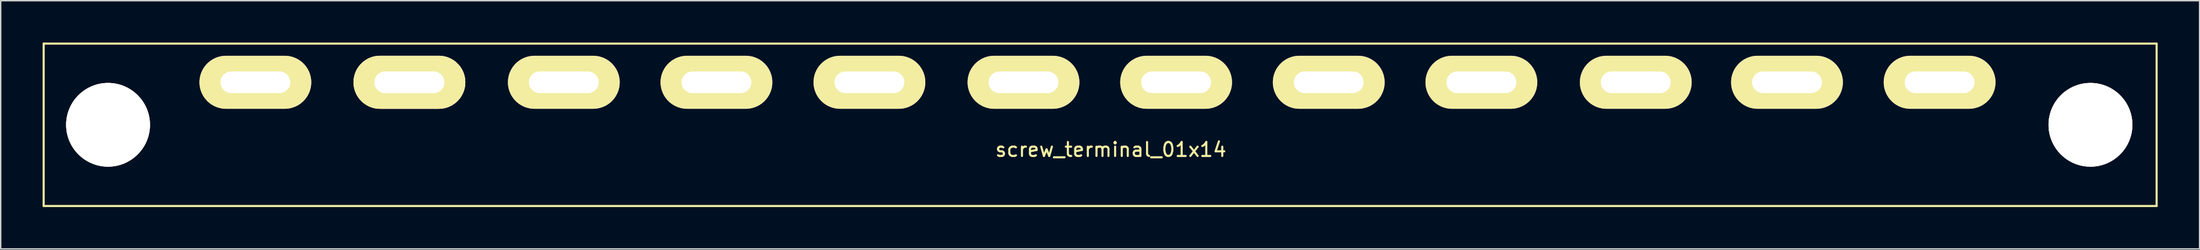
<source format=kicad_pcb>
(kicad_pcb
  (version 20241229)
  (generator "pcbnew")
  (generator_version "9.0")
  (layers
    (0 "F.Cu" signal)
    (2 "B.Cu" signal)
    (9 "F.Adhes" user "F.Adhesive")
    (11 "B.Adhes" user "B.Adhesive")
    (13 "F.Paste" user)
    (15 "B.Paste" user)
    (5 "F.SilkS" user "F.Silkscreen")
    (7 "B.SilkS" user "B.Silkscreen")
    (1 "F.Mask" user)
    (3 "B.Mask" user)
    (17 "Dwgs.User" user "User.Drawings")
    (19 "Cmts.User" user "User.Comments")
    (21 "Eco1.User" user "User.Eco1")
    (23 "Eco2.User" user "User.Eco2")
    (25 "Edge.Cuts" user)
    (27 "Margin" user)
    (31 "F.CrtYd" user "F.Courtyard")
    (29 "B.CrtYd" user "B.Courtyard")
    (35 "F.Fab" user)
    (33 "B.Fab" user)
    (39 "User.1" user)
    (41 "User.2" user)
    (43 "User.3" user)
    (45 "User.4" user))
  (footprint "screw_terminal_01x14"
    (layer "F.Cu")
    (at 75.675 5.895)
    (property "Reference" "screw_terminal_01x14" (at 0.762 1.778 0) (layer "F.SilkS") (effects (font (size 1 1) (thickness 0.15))))
    (attr through_hole)
    (fp_line (start -75.6 -5.82) (end -75.6 5.82) (stroke (width 0.15) (type solid)) (layer "F.SilkS"))
    (fp_line (start -75.6 -5.82) (end 75.6 -5.82) (stroke (width 0.15) (type solid)) (layer "F.SilkS"))
    (fp_line (start -75.6 5.82) (end 75.6 5.82) (stroke (width 0.15) (type solid)) (layer "F.SilkS"))
    (fp_line (start 75.6 -5.82) (end 75.6 5.82) (stroke (width 0.15) (type solid)) (layer "F.SilkS"))
    (pad "" thru_hole oval (at -70.993 0) (size 6 6) (drill oval 6) (layers "*.Cu" "*.Mask" "F.SilkS"))
    (pad "" thru_hole oval (at 70.866 0) (size 6 6) (drill oval 6) (layers "*.Cu" "*.Mask" "F.SilkS"))
    (pad "1" thru_hole oval (at -60.452 -3.048) (size 8 3.8) (drill oval 5 1.55) (layers "*.Cu" "*.Mask" "F.SilkS"))
    (pad "2" thru_hole oval (at -49.428 -3.048) (size 8 3.8) (drill oval 5 1.55) (layers "*.Cu" "*.Mask" "F.SilkS"))
    (pad "2" thru_hole oval (at -49.428 -3.048) (size 8 3.8) (drill oval 5 1.55) (layers "*.Cu" "*.Mask" "F.SilkS"))
    (pad "3" thru_hole oval (at -38.379 -3.048) (size 8 3.8) (drill oval 5 1.55) (layers "*.Cu" "*.Mask" "F.SilkS"))
    (pad "4" thru_hole oval (at -27.457 -3.048) (size 8 3.8) (drill oval 5 1.55) (layers "*.Cu" "*.Mask" "F.SilkS"))
    (pad "5" thru_hole oval (at -16.51 -3.048) (size 8 3.8) (drill oval 5 1.55) (layers "*.Cu" "*.Mask" "F.SilkS"))
    (pad "6" thru_hole oval (at -5.486 -3.048) (size 8 3.8) (drill oval 5 1.55) (layers "*.Cu" "*.Mask" "F.SilkS"))
    (pad "7" thru_hole oval (at 5.436 -3.048) (size 8 3.8) (drill oval 5 1.55) (layers "*.Cu" "*.Mask" "F.SilkS"))
    (pad "8" thru_hole oval (at 16.358 -3.048) (size 8 3.8) (drill oval 5 1.55) (layers "*.Cu" "*.Mask" "F.SilkS"))
    (pad "9" thru_hole oval (at 27.28 -3.048) (size 8 3.8) (drill oval 5 1.55) (layers "*.Cu" "*.Mask" "F.SilkS"))
    (pad "10" thru_hole oval (at 38.329 -3.048) (size 8 3.8) (drill oval 5 1.55) (layers "*.Cu" "*.Mask" "F.SilkS"))
    (pad "11" thru_hole oval (at 49.149 -3.048) (size 8 3.8) (drill oval 5 1.55) (layers "*.Cu" "*.Mask" "F.SilkS"))
    (pad "12" thru_hole oval (at 60.071 -3.048) (size 8 3.8) (drill oval 5 1.55) (layers "*.Cu" "*.Mask" "F.SilkS")))
  (gr_rect
    (start -3 -3)
    (end 154.35 14.79)
    (stroke (width 0.1) (type default))
    (fill no)
    (layer "Edge.Cuts")))
</source>
